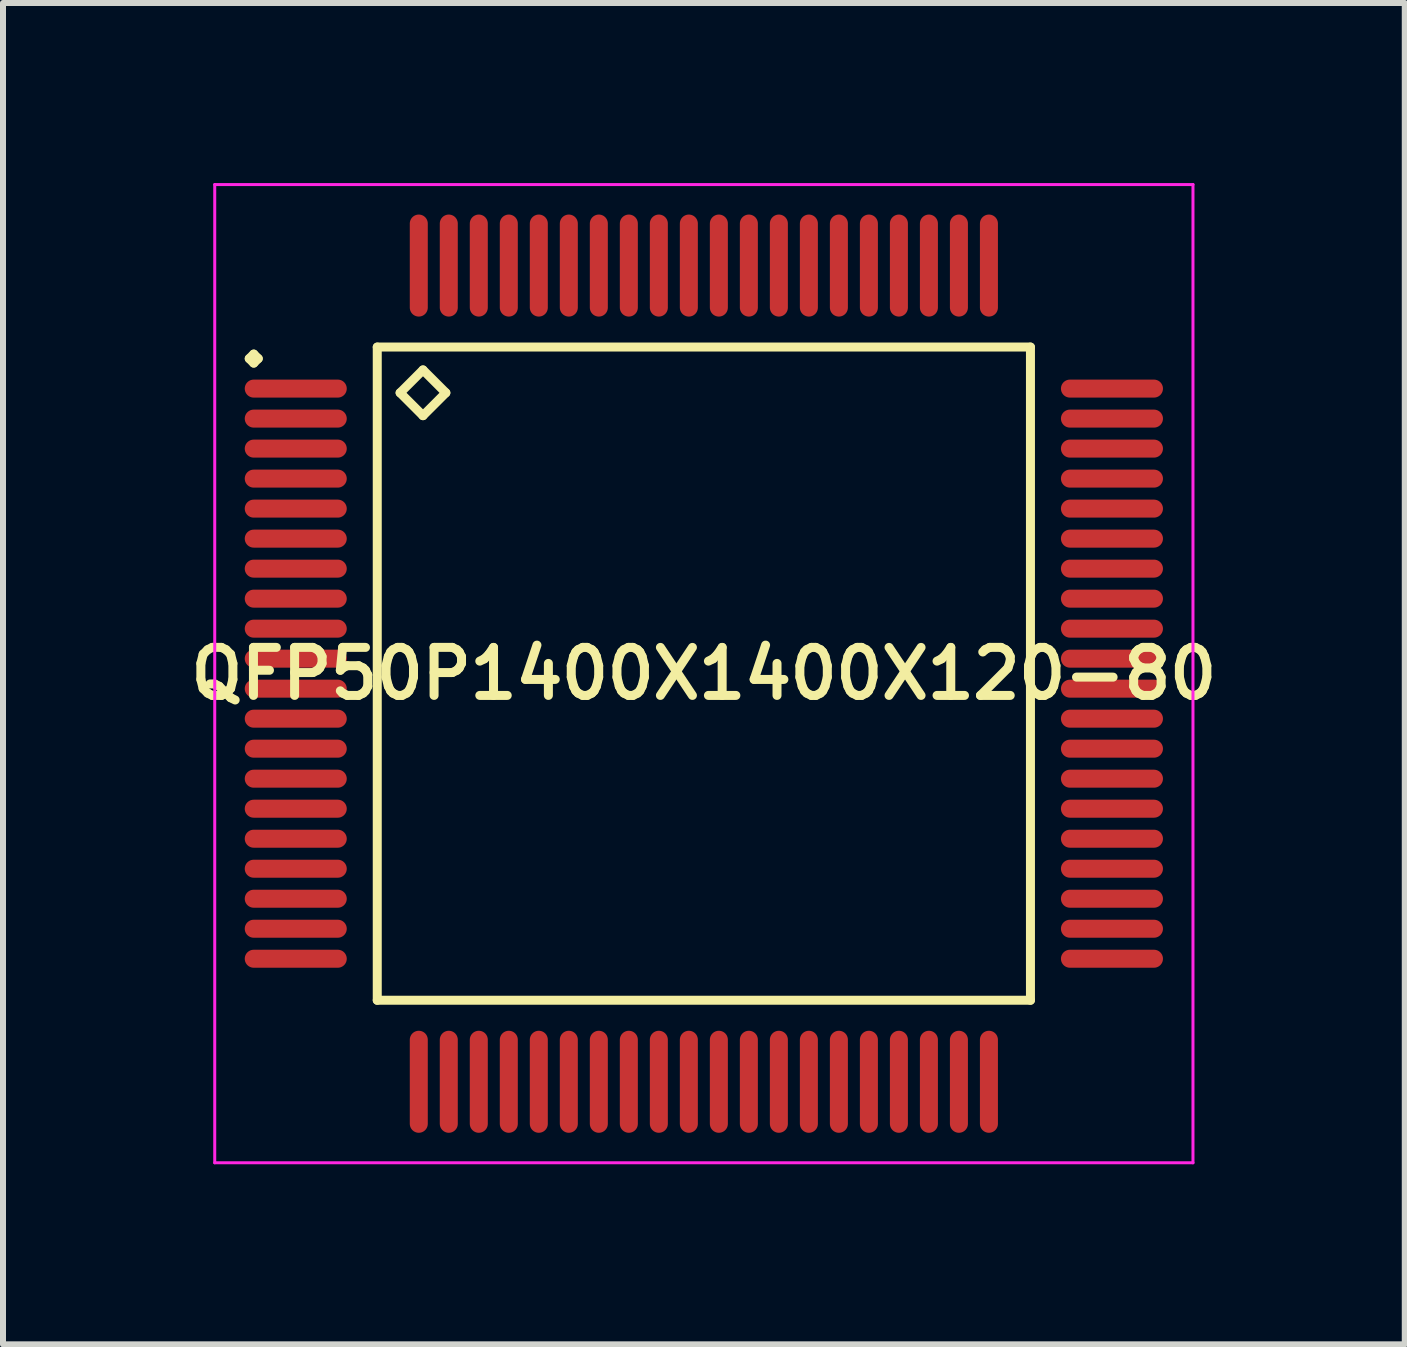
<source format=kicad_pcb>
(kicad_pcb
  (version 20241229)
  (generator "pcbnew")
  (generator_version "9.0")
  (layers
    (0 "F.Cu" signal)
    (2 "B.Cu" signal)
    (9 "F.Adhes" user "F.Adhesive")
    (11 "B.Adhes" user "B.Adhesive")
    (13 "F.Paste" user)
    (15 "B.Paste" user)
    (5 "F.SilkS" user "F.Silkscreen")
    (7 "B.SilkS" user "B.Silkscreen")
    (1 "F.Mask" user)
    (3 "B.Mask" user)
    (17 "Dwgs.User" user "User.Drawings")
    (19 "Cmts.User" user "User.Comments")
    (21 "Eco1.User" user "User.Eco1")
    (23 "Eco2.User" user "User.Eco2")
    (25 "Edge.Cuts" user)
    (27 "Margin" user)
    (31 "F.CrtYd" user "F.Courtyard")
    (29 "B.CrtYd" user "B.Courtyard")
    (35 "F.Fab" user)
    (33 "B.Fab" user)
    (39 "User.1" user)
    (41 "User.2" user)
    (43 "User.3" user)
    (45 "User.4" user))
  (footprint "QFP50P1400X1400X120-80"
    (layer "F.Cu")
    (at 8.678 8.175)
    (property "Reference" "QFP50P1400X1400X120-80" (at 0 0 0) (layer "F.SilkS") (effects (font (size 0.8 0.8) (thickness 0.15))))
    (attr smd)
    (fp_line (start -7.575 -5.25) (end -7.5 -5.325) (stroke (width 0.15) (type solid)) (layer "F.SilkS"))
    (fp_line (start -7.5 -5.325) (end -7.425 -5.25) (stroke (width 0.15) (type solid)) (layer "F.SilkS"))
    (fp_line (start -7.5 -5.175) (end -7.575 -5.25) (stroke (width 0.15) (type solid)) (layer "F.SilkS"))
    (fp_line (start -7.425 -5.25) (end -7.5 -5.175) (stroke (width 0.15) (type solid)) (layer "F.SilkS"))
    (fp_line (start -5.442 -5.442) (end -5.442 5.442) (stroke (width 0.15) (type solid)) (layer "F.SilkS"))
    (fp_line (start -5.442 5.442) (end 5.442 5.442) (stroke (width 0.15) (type solid)) (layer "F.SilkS"))
    (fp_line (start -5.061 -4.68) (end -4.68 -5.061) (stroke (width 0.15) (type solid)) (layer "F.SilkS"))
    (fp_line (start -4.68 -5.061) (end -4.299 -4.68) (stroke (width 0.15) (type solid)) (layer "F.SilkS"))
    (fp_line (start -4.68 -4.299) (end -5.061 -4.68) (stroke (width 0.15) (type solid)) (layer "F.SilkS"))
    (fp_line (start -4.299 -4.68) (end -4.68 -4.299) (stroke (width 0.15) (type solid)) (layer "F.SilkS"))
    (fp_line (start 5.442 -5.442) (end -5.442 -5.442) (stroke (width 0.15) (type solid)) (layer "F.SilkS"))
    (fp_line (start 5.442 5.442) (end 5.442 -5.442) (stroke (width 0.15) (type solid)) (layer "F.SilkS"))
    (fp_line (start -8.15 -8.15) (end 8.15 -8.15) (stroke (width 0.05) (type solid)) (layer "F.CrtYd"))
    (fp_line (start -8.15 8.15) (end -8.15 -8.15) (stroke (width 0.05) (type solid)) (layer "F.CrtYd"))
    (fp_line (start 8.15 -8.15) (end 8.15 8.15) (stroke (width 0.05) (type solid)) (layer "F.CrtYd"))
    (fp_line (start 8.15 8.15) (end -8.15 8.15) (stroke (width 0.05) (type solid)) (layer "F.CrtYd"))
    (pad "1" smd oval (at -6.8 -4.75) (size 1.7 0.3) (layers "F.Cu" "F.Mask" "F.Paste"))
    (pad "2" smd oval (at -6.8 -4.25) (size 1.7 0.3) (layers "F.Cu" "F.Mask" "F.Paste"))
    (pad "3" smd oval (at -6.8 -3.75) (size 1.7 0.3) (layers "F.Cu" "F.Mask" "F.Paste"))
    (pad "4" smd oval (at -6.8 -3.25) (size 1.7 0.3) (layers "F.Cu" "F.Mask" "F.Paste"))
    (pad "5" smd oval (at -6.8 -2.75) (size 1.7 0.3) (layers "F.Cu" "F.Mask" "F.Paste"))
    (pad "6" smd oval (at -6.8 -2.25) (size 1.7 0.3) (layers "F.Cu" "F.Mask" "F.Paste"))
    (pad "7" smd oval (at -6.8 -1.75) (size 1.7 0.3) (layers "F.Cu" "F.Mask" "F.Paste"))
    (pad "8" smd oval (at -6.8 -1.25) (size 1.7 0.3) (layers "F.Cu" "F.Mask" "F.Paste"))
    (pad "9" smd oval (at -6.8 -0.75) (size 1.7 0.3) (layers "F.Cu" "F.Mask" "F.Paste"))
    (pad "10" smd oval (at -6.8 -0.25) (size 1.7 0.3) (layers "F.Cu" "F.Mask" "F.Paste"))
    (pad "11" smd oval (at -6.8 0.25) (size 1.7 0.3) (layers "F.Cu" "F.Mask" "F.Paste"))
    (pad "12" smd oval (at -6.8 0.75) (size 1.7 0.3) (layers "F.Cu" "F.Mask" "F.Paste"))
    (pad "13" smd oval (at -6.8 1.25) (size 1.7 0.3) (layers "F.Cu" "F.Mask" "F.Paste"))
    (pad "14" smd oval (at -6.8 1.75) (size 1.7 0.3) (layers "F.Cu" "F.Mask" "F.Paste"))
    (pad "15" smd oval (at -6.8 2.25) (size 1.7 0.3) (layers "F.Cu" "F.Mask" "F.Paste"))
    (pad "16" smd oval (at -6.8 2.75) (size 1.7 0.3) (layers "F.Cu" "F.Mask" "F.Paste"))
    (pad "17" smd oval (at -6.8 3.25) (size 1.7 0.3) (layers "F.Cu" "F.Mask" "F.Paste"))
    (pad "18" smd oval (at -6.8 3.75) (size 1.7 0.3) (layers "F.Cu" "F.Mask" "F.Paste"))
    (pad "19" smd oval (at -6.8 4.25) (size 1.7 0.3) (layers "F.Cu" "F.Mask" "F.Paste"))
    (pad "20" smd oval (at -6.8 4.75) (size 1.7 0.3) (layers "F.Cu" "F.Mask" "F.Paste"))
    (pad "21" smd oval (at -4.75 6.8) (size 0.3 1.7) (layers "F.Cu" "F.Mask" "F.Paste"))
    (pad "22" smd oval (at -4.25 6.8) (size 0.3 1.7) (layers "F.Cu" "F.Mask" "F.Paste"))
    (pad "23" smd oval (at -3.75 6.8) (size 0.3 1.7) (layers "F.Cu" "F.Mask" "F.Paste"))
    (pad "24" smd oval (at -3.25 6.8) (size 0.3 1.7) (layers "F.Cu" "F.Mask" "F.Paste"))
    (pad "25" smd oval (at -2.75 6.8) (size 0.3 1.7) (layers "F.Cu" "F.Mask" "F.Paste"))
    (pad "26" smd oval (at -2.25 6.8) (size 0.3 1.7) (layers "F.Cu" "F.Mask" "F.Paste"))
    (pad "27" smd oval (at -1.75 6.8) (size 0.3 1.7) (layers "F.Cu" "F.Mask" "F.Paste"))
    (pad "28" smd oval (at -1.25 6.8) (size 0.3 1.7) (layers "F.Cu" "F.Mask" "F.Paste"))
    (pad "29" smd oval (at -0.75 6.8) (size 0.3 1.7) (layers "F.Cu" "F.Mask" "F.Paste"))
    (pad "30" smd oval (at -0.25 6.8) (size 0.3 1.7) (layers "F.Cu" "F.Mask" "F.Paste"))
    (pad "31" smd oval (at 0.25 6.8) (size 0.3 1.7) (layers "F.Cu" "F.Mask" "F.Paste"))
    (pad "32" smd oval (at 0.75 6.8) (size 0.3 1.7) (layers "F.Cu" "F.Mask" "F.Paste"))
    (pad "33" smd oval (at 1.25 6.8) (size 0.3 1.7) (layers "F.Cu" "F.Mask" "F.Paste"))
    (pad "34" smd oval (at 1.75 6.8) (size 0.3 1.7) (layers "F.Cu" "F.Mask" "F.Paste"))
    (pad "35" smd oval (at 2.25 6.8) (size 0.3 1.7) (layers "F.Cu" "F.Mask" "F.Paste"))
    (pad "36" smd oval (at 2.75 6.8) (size 0.3 1.7) (layers "F.Cu" "F.Mask" "F.Paste"))
    (pad "37" smd oval (at 3.25 6.8) (size 0.3 1.7) (layers "F.Cu" "F.Mask" "F.Paste"))
    (pad "38" smd oval (at 3.75 6.8) (size 0.3 1.7) (layers "F.Cu" "F.Mask" "F.Paste"))
    (pad "39" smd oval (at 4.25 6.8) (size 0.3 1.7) (layers "F.Cu" "F.Mask" "F.Paste"))
    (pad "40" smd oval (at 4.75 6.8) (size 0.3 1.7) (layers "F.Cu" "F.Mask" "F.Paste"))
    (pad "41" smd oval (at 6.8 4.75) (size 1.7 0.3) (layers "F.Cu" "F.Mask" "F.Paste"))
    (pad "42" smd oval (at 6.8 4.25) (size 1.7 0.3) (layers "F.Cu" "F.Mask" "F.Paste"))
    (pad "43" smd oval (at 6.8 3.75) (size 1.7 0.3) (layers "F.Cu" "F.Mask" "F.Paste"))
    (pad "44" smd oval (at 6.8 3.25) (size 1.7 0.3) (layers "F.Cu" "F.Mask" "F.Paste"))
    (pad "45" smd oval (at 6.8 2.75) (size 1.7 0.3) (layers "F.Cu" "F.Mask" "F.Paste"))
    (pad "46" smd oval (at 6.8 2.25) (size 1.7 0.3) (layers "F.Cu" "F.Mask" "F.Paste"))
    (pad "47" smd oval (at 6.8 1.75) (size 1.7 0.3) (layers "F.Cu" "F.Mask" "F.Paste"))
    (pad "48" smd oval (at 6.8 1.25) (size 1.7 0.3) (layers "F.Cu" "F.Mask" "F.Paste"))
    (pad "49" smd oval (at 6.8 0.75) (size 1.7 0.3) (layers "F.Cu" "F.Mask" "F.Paste"))
    (pad "50" smd oval (at 6.8 0.25) (size 1.7 0.3) (layers "F.Cu" "F.Mask" "F.Paste"))
    (pad "51" smd oval (at 6.8 -0.25) (size 1.7 0.3) (layers "F.Cu" "F.Mask" "F.Paste"))
    (pad "52" smd oval (at 6.8 -0.75) (size 1.7 0.3) (layers "F.Cu" "F.Mask" "F.Paste"))
    (pad "53" smd oval (at 6.8 -1.25) (size 1.7 0.3) (layers "F.Cu" "F.Mask" "F.Paste"))
    (pad "54" smd oval (at 6.8 -1.75) (size 1.7 0.3) (layers "F.Cu" "F.Mask" "F.Paste"))
    (pad "55" smd oval (at 6.8 -2.25) (size 1.7 0.3) (layers "F.Cu" "F.Mask" "F.Paste"))
    (pad "56" smd oval (at 6.8 -2.75) (size 1.7 0.3) (layers "F.Cu" "F.Mask" "F.Paste"))
    (pad "57" smd oval (at 6.8 -3.25) (size 1.7 0.3) (layers "F.Cu" "F.Mask" "F.Paste"))
    (pad "58" smd oval (at 6.8 -3.75) (size 1.7 0.3) (layers "F.Cu" "F.Mask" "F.Paste"))
    (pad "59" smd oval (at 6.8 -4.25) (size 1.7 0.3) (layers "F.Cu" "F.Mask" "F.Paste"))
    (pad "60" smd oval (at 6.8 -4.75) (size 1.7 0.3) (layers "F.Cu" "F.Mask" "F.Paste"))
    (pad "61" smd oval (at 4.75 -6.8) (size 0.3 1.7) (layers "F.Cu" "F.Mask" "F.Paste"))
    (pad "62" smd oval (at 4.25 -6.8) (size 0.3 1.7) (layers "F.Cu" "F.Mask" "F.Paste"))
    (pad "63" smd oval (at 3.75 -6.8) (size 0.3 1.7) (layers "F.Cu" "F.Mask" "F.Paste"))
    (pad "64" smd oval (at 3.25 -6.8) (size 0.3 1.7) (layers "F.Cu" "F.Mask" "F.Paste"))
    (pad "65" smd oval (at 2.75 -6.8) (size 0.3 1.7) (layers "F.Cu" "F.Mask" "F.Paste"))
    (pad "66" smd oval (at 2.25 -6.8) (size 0.3 1.7) (layers "F.Cu" "F.Mask" "F.Paste"))
    (pad "67" smd oval (at 1.75 -6.8) (size 0.3 1.7) (layers "F.Cu" "F.Mask" "F.Paste"))
    (pad "68" smd oval (at 1.25 -6.8) (size 0.3 1.7) (layers "F.Cu" "F.Mask" "F.Paste"))
    (pad "69" smd oval (at 0.75 -6.8) (size 0.3 1.7) (layers "F.Cu" "F.Mask" "F.Paste"))
    (pad "70" smd oval (at 0.25 -6.8) (size 0.3 1.7) (layers "F.Cu" "F.Mask" "F.Paste"))
    (pad "71" smd oval (at -0.25 -6.8) (size 0.3 1.7) (layers "F.Cu" "F.Mask" "F.Paste"))
    (pad "72" smd oval (at -0.75 -6.8) (size 0.3 1.7) (layers "F.Cu" "F.Mask" "F.Paste"))
    (pad "73" smd oval (at -1.25 -6.8) (size 0.3 1.7) (layers "F.Cu" "F.Mask" "F.Paste"))
    (pad "74" smd oval (at -1.75 -6.8) (size 0.3 1.7) (layers "F.Cu" "F.Mask" "F.Paste"))
    (pad "75" smd oval (at -2.25 -6.8) (size 0.3 1.7) (layers "F.Cu" "F.Mask" "F.Paste"))
    (pad "76" smd oval (at -2.75 -6.8) (size 0.3 1.7) (layers "F.Cu" "F.Mask" "F.Paste"))
    (pad "77" smd oval (at -3.25 -6.8) (size 0.3 1.7) (layers "F.Cu" "F.Mask" "F.Paste"))
    (pad "78" smd oval (at -3.75 -6.8) (size 0.3 1.7) (layers "F.Cu" "F.Mask" "F.Paste"))
    (pad "79" smd oval (at -4.25 -6.8) (size 0.3 1.7) (layers "F.Cu" "F.Mask" "F.Paste"))
    (pad "80" smd oval (at -4.75 -6.8) (size 0.3 1.7) (layers "F.Cu" "F.Mask" "F.Paste")))
  (gr_rect
    (start -3 -3)
    (end 20.357 19.35)
    (stroke (width 0.1) (type default))
    (fill no)
    (layer "Edge.Cuts")))
</source>
